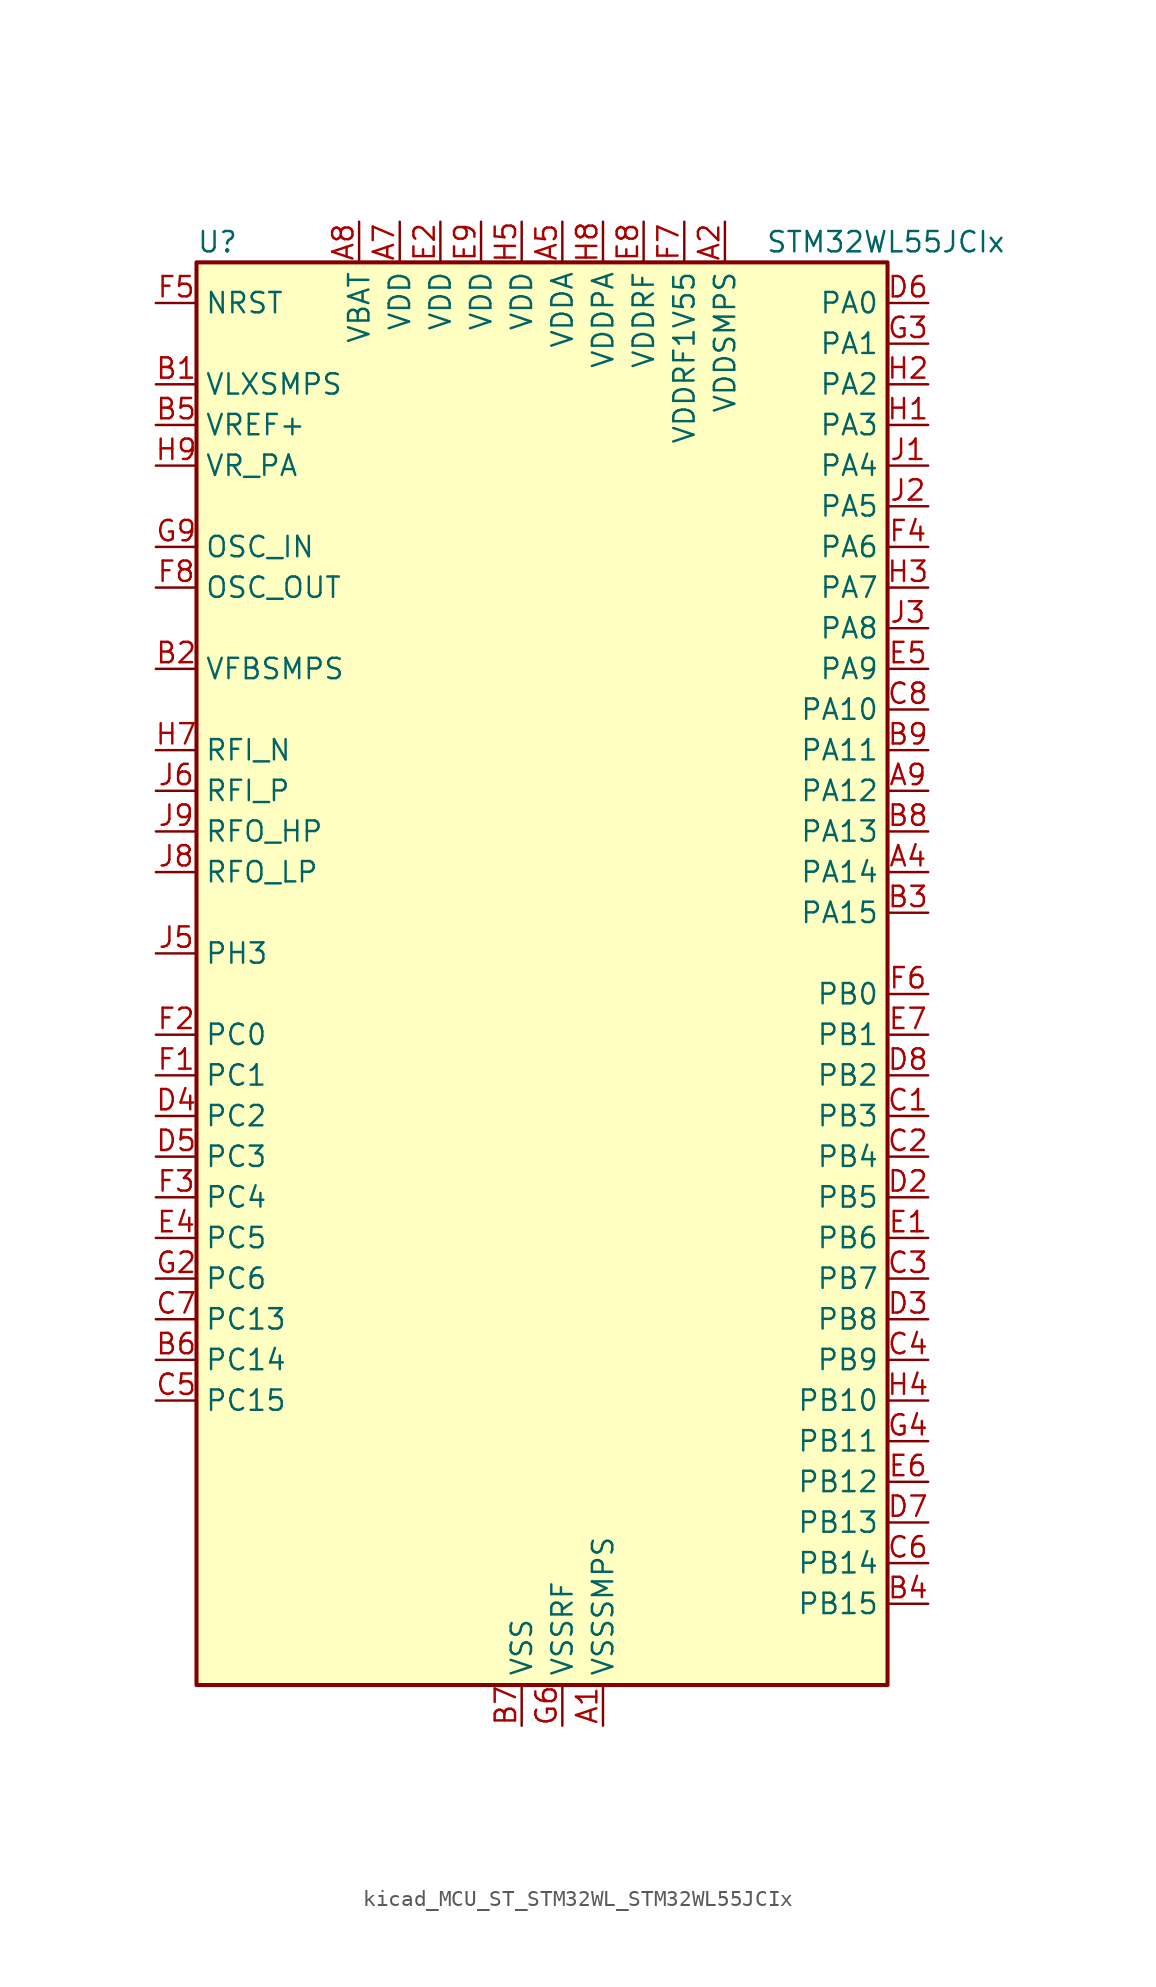
<source format=kicad_sym>
(kicad_symbol_lib
  (version 20220914)
  (generator kicad_symbol_editor)
  (symbol "kicad_MCU_ST_STM32WL_STM32WL55JCIx"
    (property "Reference" "U"
      (at -20.32 46.99 0)
      (effects (font (size 1.27 1.27)) (justify left)))
    (property "Value" "STM32WL55JCIx"
      (at 15.24 46.99 0)
      (effects (font (size 1.27 1.27)) (justify left)))
    (property "ki_locked" ""
      (at 0 0 0)
      (effects (font (size 1.27 1.27))))
    (symbol "kicad_MCU_ST_STM32WL_STM32WL55JCIx_0_1"
      (rectangle (start -20.32 -43.18) (end 22.86 45.72) (stroke (width 0.254) (type default)) (fill (type background))))
    (symbol "kicad_MCU_ST_STM32WL_STM32WL55JCIx_1_1"
      (pin power_in line (at 5.08 -45.72 90) (length 2.54) (name "VSSSMPS" (effects (font (size 1.27 1.27)))) (number "A1" (effects (font (size 1.27 1.27)))))
      (pin power_in line (at 12.7 48.26 270) (length 2.54) (name "VDDSMPS" (effects (font (size 1.27 1.27)))) (number "A2" (effects (font (size 1.27 1.27)))))
      (pin bidirectional line (at 25.4 7.62 180) (length 2.54) (name "PA14" (effects (font (size 1.27 1.27)))) (number "A4" (effects (font (size 1.27 1.27)))) (alternate "ADC_IN10" bidirectional line) (alternate "DEBUG_JTCK-SWCLK" bidirectional line) (alternate "I2C1_SMBA" bidirectional line) (alternate "LPTIM1_OUT" bidirectional line))
      (pin power_in line (at 2.54 48.26 270) (length 2.54) (name "VDDA" (effects (font (size 1.27 1.27)))) (number "A5" (effects (font (size 1.27 1.27)))))
      (pin power_in line (at -7.62 48.26 270) (length 2.54) (name "VDD" (effects (font (size 1.27 1.27)))) (number "A7" (effects (font (size 1.27 1.27)))))
      (pin power_in line (at -10.16 48.26 270) (length 2.54) (name "VBAT" (effects (font (size 1.27 1.27)))) (number "A8" (effects (font (size 1.27 1.27)))))
      (pin bidirectional line (at 25.4 12.7 180) (length 2.54) (name "PA12" (effects (font (size 1.27 1.27)))) (number "A9" (effects (font (size 1.27 1.27)))) (alternate "ADC_IN8" bidirectional line) (alternate "DEBUG_RF-BUSY" bidirectional line) (alternate "I2C2_SCL" bidirectional line) (alternate "LPTIM3_IN1" bidirectional line) (alternate "SPI1_MOSI" bidirectional line) (alternate "TIM1_ETR" bidirectional line) (alternate "USART1_DE" bidirectional line) (alternate "USART1_RTS" bidirectional line))
      (pin power_in line (at -22.86 38.1 0) (length 2.54) (name "VLXSMPS" (effects (font (size 1.27 1.27)))) (number "B1" (effects (font (size 1.27 1.27)))))
      (pin input line (at -22.86 20.32 0) (length 2.54) (name "VFBSMPS" (effects (font (size 1.27 1.27)))) (number "B2" (effects (font (size 1.27 1.27)))))
      (pin bidirectional line (at 25.4 5.08 180) (length 2.54) (name "PA15" (effects (font (size 1.27 1.27)))) (number "B3" (effects (font (size 1.27 1.27)))) (alternate "ADC_IN11" bidirectional line) (alternate "COMP1_INM" bidirectional line) (alternate "COMP2_INP" bidirectional line) (alternate "DEBUG_JTDI" bidirectional line) (alternate "I2C2_SDA" bidirectional line) (alternate "SPI1_NSS" bidirectional line) (alternate "TIM2_CH1" bidirectional line) (alternate "TIM2_ETR" bidirectional line))
      (pin bidirectional line (at 25.4 -38.1 180) (length 2.54) (name "PB15" (effects (font (size 1.27 1.27)))) (number "B4" (effects (font (size 1.27 1.27)))) (alternate "I2C2_SCL" bidirectional line) (alternate "I2S2_SD" bidirectional line) (alternate "SPI2_MOSI" bidirectional line) (alternate "TIM1_CH3N" bidirectional line))
      (pin input line (at -22.86 35.56 0) (length 2.54) (name "VREF+" (effects (font (size 1.27 1.27)))) (number "B5" (effects (font (size 1.27 1.27)))) (alternate "VREFBUF_OUT" bidirectional line))
      (pin bidirectional line (at -22.86 -22.86 0) (length 2.54) (name "PC14" (effects (font (size 1.27 1.27)))) (number "B6" (effects (font (size 1.27 1.27)))) (alternate "RCC_OSC32_IN" bidirectional line))
      (pin power_in line (at 0 -45.72 90) (length 2.54) (name "VSS" (effects (font (size 1.27 1.27)))) (number "B7" (effects (font (size 1.27 1.27)))))
      (pin bidirectional line (at 25.4 10.16 180) (length 2.54) (name "PA13" (effects (font (size 1.27 1.27)))) (number "B8" (effects (font (size 1.27 1.27)))) (alternate "ADC_IN9" bidirectional line) (alternate "DEBUG_JTMS-SWDIO" bidirectional line) (alternate "I2C2_SMBA" bidirectional line) (alternate "IR_OUT" bidirectional line))
      (pin bidirectional line (at 25.4 15.24 180) (length 2.54) (name "PA11" (effects (font (size 1.27 1.27)))) (number "B9" (effects (font (size 1.27 1.27)))) (alternate "ADC_EXTI11" bidirectional line) (alternate "ADC_IN7" bidirectional line) (alternate "COMP1_INM" bidirectional line) (alternate "COMP2_INM" bidirectional line) (alternate "DEBUG_RF-NRESET" bidirectional line) (alternate "I2C2_SDA" bidirectional line) (alternate "LPTIM3_ETR" bidirectional line) (alternate "SPI1_MISO" bidirectional line) (alternate "TIM1_BKIN2" bidirectional line) (alternate "TIM1_CH4" bidirectional line) (alternate "USART1_CTS" bidirectional line) (alternate "USART1_NSS" bidirectional line))
      (pin bidirectional line (at 25.4 -7.62 180) (length 2.54) (name "PB3" (effects (font (size 1.27 1.27)))) (number "C1" (effects (font (size 1.27 1.27)))) (alternate "ADC_IN2" bidirectional line) (alternate "COMP1_INM" bidirectional line) (alternate "COMP2_INM" bidirectional line) (alternate "DEBUG_JTDO-SWO" bidirectional line) (alternate "DEBUG_RF-DTB1" bidirectional line) (alternate "PWR_WKUP3" bidirectional line) (alternate "RTC_TAMP_IN3" bidirectional line) (alternate "SPI1_SCK" bidirectional line) (alternate "TIM2_CH2" bidirectional line) (alternate "USART1_DE" bidirectional line) (alternate "USART1_RTS" bidirectional line))
      (pin bidirectional line (at 25.4 -10.16 180) (length 2.54) (name "PB4" (effects (font (size 1.27 1.27)))) (number "C2" (effects (font (size 1.27 1.27)))) (alternate "ADC_IN3" bidirectional line) (alternate "COMP1_INP" bidirectional line) (alternate "COMP2_INP" bidirectional line) (alternate "DEBUG_JTRST" bidirectional line) (alternate "DEBUG_RF-LDORDY" bidirectional line) (alternate "I2C3_SDA" bidirectional line) (alternate "SPI1_MISO" bidirectional line) (alternate "TIM17_BKIN" bidirectional line) (alternate "USART1_CTS" bidirectional line) (alternate "USART1_NSS" bidirectional line))
      (pin bidirectional line (at 25.4 -17.78 180) (length 2.54) (name "PB7" (effects (font (size 1.27 1.27)))) (number "C3" (effects (font (size 1.27 1.27)))) (alternate "I2C1_SDA" bidirectional line) (alternate "LPTIM1_IN2" bidirectional line) (alternate "PWR_PVD_IN" bidirectional line) (alternate "TIM17_CH1N" bidirectional line) (alternate "TIM1_BKIN" bidirectional line) (alternate "USART1_RX" bidirectional line))
      (pin bidirectional line (at 25.4 -22.86 180) (length 2.54) (name "PB9" (effects (font (size 1.27 1.27)))) (number "C4" (effects (font (size 1.27 1.27)))) (alternate "DAC_EXTI9" bidirectional line) (alternate "I2C1_SDA" bidirectional line) (alternate "I2S2_WS" bidirectional line) (alternate "IR_OUT" bidirectional line) (alternate "SPI2_NSS" bidirectional line) (alternate "TIM17_CH1" bidirectional line) (alternate "TIM1_CH3N" bidirectional line))
      (pin bidirectional line (at -22.86 -25.4 0) (length 2.54) (name "PC15" (effects (font (size 1.27 1.27)))) (number "C5" (effects (font (size 1.27 1.27)))) (alternate "RCC_OSC32_OUT" bidirectional line))
      (pin bidirectional line (at 25.4 -35.56 180) (length 2.54) (name "PB14" (effects (font (size 1.27 1.27)))) (number "C6" (effects (font (size 1.27 1.27)))) (alternate "ADC_IN1" bidirectional line) (alternate "I2C3_SDA" bidirectional line) (alternate "I2S2_MCK" bidirectional line) (alternate "SPI2_MISO" bidirectional line) (alternate "TIM1_CH2N" bidirectional line))
      (pin bidirectional line (at -22.86 -20.32 0) (length 2.54) (name "PC13" (effects (font (size 1.27 1.27)))) (number "C7" (effects (font (size 1.27 1.27)))) (alternate "PWR_WKUP2" bidirectional line) (alternate "RTC_OUT1" bidirectional line) (alternate "RTC_TAMP_IN1" bidirectional line) (alternate "RTC_TS" bidirectional line))
      (pin bidirectional line (at 25.4 17.78 180) (length 2.54) (name "PA10" (effects (font (size 1.27 1.27)))) (number "C8" (effects (font (size 1.27 1.27)))) (alternate "ADC_IN6" bidirectional line) (alternate "COMP1_INM" bidirectional line) (alternate "COMP2_INM" bidirectional line) (alternate "DAC_OUT1" bidirectional line) (alternate "DEBUG_RF-HSE32RDY" bidirectional line) (alternate "I2C1_SDA" bidirectional line) (alternate "I2S2_SD" bidirectional line) (alternate "RTC_REFIN" bidirectional line) (alternate "SPI2_MOSI" bidirectional line) (alternate "TIM17_BKIN" bidirectional line) (alternate "TIM1_CH3" bidirectional line) (alternate "USART1_RX" bidirectional line))
      (pin bidirectional line (at 25.4 -12.7 180) (length 2.54) (name "PB5" (effects (font (size 1.27 1.27)))) (number "D2" (effects (font (size 1.27 1.27)))) (alternate "COMP2_OUT" bidirectional line) (alternate "I2C1_SMBA" bidirectional line) (alternate "LPTIM1_IN1" bidirectional line) (alternate "SPI1_MOSI" bidirectional line) (alternate "TIM16_BKIN" bidirectional line) (alternate "USART1_CK" bidirectional line))
      (pin bidirectional line (at 25.4 -20.32 180) (length 2.54) (name "PB8" (effects (font (size 1.27 1.27)))) (number "D3" (effects (font (size 1.27 1.27)))) (alternate "I2C1_SCL" bidirectional line) (alternate "TIM16_CH1" bidirectional line) (alternate "TIM1_CH2N" bidirectional line))
      (pin bidirectional line (at -22.86 -7.62 0) (length 2.54) (name "PC2" (effects (font (size 1.27 1.27)))) (number "D4" (effects (font (size 1.27 1.27)))) (alternate "LPTIM1_IN2" bidirectional line) (alternate "SPI2_MISO" bidirectional line))
      (pin bidirectional line (at -22.86 -10.16 0) (length 2.54) (name "PC3" (effects (font (size 1.27 1.27)))) (number "D5" (effects (font (size 1.27 1.27)))) (alternate "I2S2_SD" bidirectional line) (alternate "LPTIM1_ETR" bidirectional line) (alternate "LPTIM2_ETR" bidirectional line) (alternate "SPI2_MOSI" bidirectional line))
      (pin bidirectional line (at 25.4 43.18 180) (length 2.54) (name "PA0" (effects (font (size 1.27 1.27)))) (number "D6" (effects (font (size 1.27 1.27)))) (alternate "COMP1_OUT" bidirectional line) (alternate "DEBUG_PWR-REGLP1S" bidirectional line) (alternate "I2C3_SMBA" bidirectional line) (alternate "I2S_CKIN" bidirectional line) (alternate "PWR_WKUP1" bidirectional line) (alternate "RTC_TAMP_IN2" bidirectional line) (alternate "TIM2_CH1" bidirectional line) (alternate "TIM2_ETR" bidirectional line) (alternate "USART2_CTS" bidirectional line) (alternate "USART2_NSS" bidirectional line))
      (pin bidirectional line (at 25.4 -33.02 180) (length 2.54) (name "PB13" (effects (font (size 1.27 1.27)))) (number "D7" (effects (font (size 1.27 1.27)))) (alternate "ADC_IN0" bidirectional line) (alternate "I2C3_SCL" bidirectional line) (alternate "I2S2_CK" bidirectional line) (alternate "LPUART1_CTS" bidirectional line) (alternate "SPI2_SCK" bidirectional line) (alternate "TIM1_CH1N" bidirectional line))
      (pin bidirectional line (at 25.4 -5.08 180) (length 2.54) (name "PB2" (effects (font (size 1.27 1.27)))) (number "D8" (effects (font (size 1.27 1.27)))) (alternate "ADC_IN4" bidirectional line) (alternate "COMP1_INP" bidirectional line) (alternate "COMP2_INM" bidirectional line) (alternate "DEBUG_RF-SMPSRDY" bidirectional line) (alternate "I2C3_SMBA" bidirectional line) (alternate "LPTIM1_OUT" bidirectional line) (alternate "SPI1_NSS" bidirectional line))
      (pin passive line (at 0 -45.72 90) (length 2.54) hide (name "VSS" (effects (font (size 1.27 1.27)))) (number "D9" (effects (font (size 1.27 1.27)))))
      (pin bidirectional line (at 25.4 -15.24 180) (length 2.54) (name "PB6" (effects (font (size 1.27 1.27)))) (number "E1" (effects (font (size 1.27 1.27)))) (alternate "I2C1_SCL" bidirectional line) (alternate "LPTIM1_ETR" bidirectional line) (alternate "TIM16_CH1N" bidirectional line) (alternate "USART1_TX" bidirectional line))
      (pin power_in line (at -5.08 48.26 270) (length 2.54) (name "VDD" (effects (font (size 1.27 1.27)))) (number "E2" (effects (font (size 1.27 1.27)))))
      (pin passive line (at 0 -45.72 90) (length 2.54) hide (name "VSS" (effects (font (size 1.27 1.27)))) (number "E3" (effects (font (size 1.27 1.27)))))
      (pin bidirectional line (at -22.86 -15.24 0) (length 2.54) (name "PC5" (effects (font (size 1.27 1.27)))) (number "E4" (effects (font (size 1.27 1.27)))))
      (pin bidirectional line (at 25.4 20.32 180) (length 2.54) (name "PA9" (effects (font (size 1.27 1.27)))) (number "E5" (effects (font (size 1.27 1.27)))) (alternate "DAC_EXTI9" bidirectional line) (alternate "I2C1_SCL" bidirectional line) (alternate "I2S2_CK" bidirectional line) (alternate "I2S2_WS" bidirectional line) (alternate "SPI2_NSS" bidirectional line) (alternate "SPI2_SCK" bidirectional line) (alternate "TIM1_CH2" bidirectional line) (alternate "USART1_TX" bidirectional line))
      (pin bidirectional line (at 25.4 -30.48 180) (length 2.54) (name "PB12" (effects (font (size 1.27 1.27)))) (number "E6" (effects (font (size 1.27 1.27)))) (alternate "I2C3_SMBA" bidirectional line) (alternate "I2S2_WS" bidirectional line) (alternate "LPUART1_RTS" bidirectional line) (alternate "SPI2_NSS" bidirectional line) (alternate "TIM1_BKIN" bidirectional line))
      (pin bidirectional line (at 25.4 -2.54 180) (length 2.54) (name "PB1" (effects (font (size 1.27 1.27)))) (number "E7" (effects (font (size 1.27 1.27)))) (alternate "ADC_IN5" bidirectional line) (alternate "COMP2_INP" bidirectional line) (alternate "LPTIM2_IN1" bidirectional line) (alternate "LPUART1_DE" bidirectional line) (alternate "LPUART1_RTS" bidirectional line))
      (pin power_in line (at 7.62 48.26 270) (length 2.54) (name "VDDRF" (effects (font (size 1.27 1.27)))) (number "E8" (effects (font (size 1.27 1.27)))))
      (pin power_in line (at -2.54 48.26 270) (length 2.54) (name "VDD" (effects (font (size 1.27 1.27)))) (number "E9" (effects (font (size 1.27 1.27)))))
      (pin bidirectional line (at -22.86 -5.08 0) (length 2.54) (name "PC1" (effects (font (size 1.27 1.27)))) (number "F1" (effects (font (size 1.27 1.27)))) (alternate "I2C3_SDA" bidirectional line) (alternate "I2S2_SD" bidirectional line) (alternate "LPTIM1_OUT" bidirectional line) (alternate "LPUART1_TX" bidirectional line) (alternate "SPI2_MOSI" bidirectional line))
      (pin bidirectional line (at -22.86 -2.54 0) (length 2.54) (name "PC0" (effects (font (size 1.27 1.27)))) (number "F2" (effects (font (size 1.27 1.27)))) (alternate "I2C3_SCL" bidirectional line) (alternate "LPTIM1_IN1" bidirectional line) (alternate "LPTIM2_IN1" bidirectional line) (alternate "LPUART1_RX" bidirectional line))
      (pin bidirectional line (at -22.86 -12.7 0) (length 2.54) (name "PC4" (effects (font (size 1.27 1.27)))) (number "F3" (effects (font (size 1.27 1.27)))))
      (pin bidirectional line (at 25.4 27.94 180) (length 2.54) (name "PA6" (effects (font (size 1.27 1.27)))) (number "F4" (effects (font (size 1.27 1.27)))) (alternate "DEBUG_SUBGHZSPI-MISOOUT" bidirectional line) (alternate "I2C2_SMBA" bidirectional line) (alternate "LPUART1_CTS" bidirectional line) (alternate "SPI1_MISO" bidirectional line) (alternate "TIM16_CH1" bidirectional line) (alternate "TIM1_BKIN" bidirectional line))
      (pin input line (at -22.86 43.18 0) (length 2.54) (name "NRST" (effects (font (size 1.27 1.27)))) (number "F5" (effects (font (size 1.27 1.27)))))
      (pin bidirectional line (at 25.4 0 180) (length 2.54) (name "PB0" (effects (font (size 1.27 1.27)))) (number "F6" (effects (font (size 1.27 1.27)))) (alternate "COMP1_OUT" bidirectional line) (alternate "VDDTCXO" bidirectional line))
      (pin power_in line (at 10.16 48.26 270) (length 2.54) (name "VDDRF1V55" (effects (font (size 1.27 1.27)))) (number "F7" (effects (font (size 1.27 1.27)))))
      (pin input line (at -22.86 25.4 0) (length 2.54) (name "OSC_OUT" (effects (font (size 1.27 1.27)))) (number "F8" (effects (font (size 1.27 1.27)))) (alternate "RCC_OSC_OUT" bidirectional line))
      (pin bidirectional line (at -22.86 -17.78 0) (length 2.54) (name "PC6" (effects (font (size 1.27 1.27)))) (number "G2" (effects (font (size 1.27 1.27)))) (alternate "I2S2_MCK" bidirectional line))
      (pin bidirectional line (at 25.4 40.64 180) (length 2.54) (name "PA1" (effects (font (size 1.27 1.27)))) (number "G3" (effects (font (size 1.27 1.27)))) (alternate "DEBUG_PWR-REGLP2S" bidirectional line) (alternate "I2C1_SMBA" bidirectional line) (alternate "LPTIM3_OUT" bidirectional line) (alternate "LPUART1_RTS" bidirectional line) (alternate "SPI1_SCK" bidirectional line) (alternate "TIM2_CH2" bidirectional line) (alternate "USART2_DE" bidirectional line) (alternate "USART2_RTS" bidirectional line))
      (pin bidirectional line (at 25.4 -27.94 180) (length 2.54) (name "PB11" (effects (font (size 1.27 1.27)))) (number "G4" (effects (font (size 1.27 1.27)))) (alternate "ADC_EXTI11" bidirectional line) (alternate "COMP2_OUT" bidirectional line) (alternate "I2C3_SDA" bidirectional line) (alternate "LPUART1_TX" bidirectional line) (alternate "TIM2_CH4" bidirectional line))
      (pin passive line (at 0 -45.72 90) (length 2.54) hide (name "VSS" (effects (font (size 1.27 1.27)))) (number "G5" (effects (font (size 1.27 1.27)))))
      (pin power_in line (at 2.54 -45.72 90) (length 2.54) (name "VSSRF" (effects (font (size 1.27 1.27)))) (number "G6" (effects (font (size 1.27 1.27)))))
      (pin passive line (at 2.54 -45.72 90) (length 2.54) hide (name "VSSRF" (effects (font (size 1.27 1.27)))) (number "G7" (effects (font (size 1.27 1.27)))))
      (pin passive line (at 2.54 -45.72 90) (length 2.54) hide (name "VSSRF" (effects (font (size 1.27 1.27)))) (number "G8" (effects (font (size 1.27 1.27)))))
      (pin input line (at -22.86 27.94 0) (length 2.54) (name "OSC_IN" (effects (font (size 1.27 1.27)))) (number "G9" (effects (font (size 1.27 1.27)))) (alternate "RCC_OSC_IN" bidirectional line))
      (pin bidirectional line (at 25.4 35.56 180) (length 2.54) (name "PA3" (effects (font (size 1.27 1.27)))) (number "H1" (effects (font (size 1.27 1.27)))) (alternate "I2S2_MCK" bidirectional line) (alternate "LPUART1_RX" bidirectional line) (alternate "TIM2_CH4" bidirectional line) (alternate "USART2_RX" bidirectional line))
      (pin bidirectional line (at 25.4 38.1 180) (length 2.54) (name "PA2" (effects (font (size 1.27 1.27)))) (number "H2" (effects (font (size 1.27 1.27)))) (alternate "COMP2_OUT" bidirectional line) (alternate "DEBUG_PWR-LDORDY" bidirectional line) (alternate "LPUART1_TX" bidirectional line) (alternate "RCC_LSCO" bidirectional line) (alternate "TIM2_CH3" bidirectional line) (alternate "USART2_TX" bidirectional line))
      (pin bidirectional line (at 25.4 25.4 180) (length 2.54) (name "PA7" (effects (font (size 1.27 1.27)))) (number "H3" (effects (font (size 1.27 1.27)))) (alternate "COMP2_OUT" bidirectional line) (alternate "DEBUG_SUBGHZSPI-MOSIOUT" bidirectional line) (alternate "I2C3_SCL" bidirectional line) (alternate "SPI1_MOSI" bidirectional line) (alternate "TIM17_CH1" bidirectional line) (alternate "TIM1_CH1N" bidirectional line))
      (pin bidirectional line (at 25.4 -25.4 180) (length 2.54) (name "PB10" (effects (font (size 1.27 1.27)))) (number "H4" (effects (font (size 1.27 1.27)))) (alternate "COMP1_OUT" bidirectional line) (alternate "I2C3_SCL" bidirectional line) (alternate "I2S2_CK" bidirectional line) (alternate "LPUART1_RX" bidirectional line) (alternate "SPI2_SCK" bidirectional line) (alternate "TIM2_CH3" bidirectional line))
      (pin power_in line (at 0 48.26 270) (length 2.54) (name "VDD" (effects (font (size 1.27 1.27)))) (number "H5" (effects (font (size 1.27 1.27)))))
      (pin passive line (at 2.54 -45.72 90) (length 2.54) hide (name "VSSRF" (effects (font (size 1.27 1.27)))) (number "H6" (effects (font (size 1.27 1.27)))))
      (pin bidirectional line (at -22.86 15.24 0) (length 2.54) (name "RFI_N" (effects (font (size 1.27 1.27)))) (number "H7" (effects (font (size 1.27 1.27)))))
      (pin power_in line (at 5.08 48.26 270) (length 2.54) (name "VDDPA" (effects (font (size 1.27 1.27)))) (number "H8" (effects (font (size 1.27 1.27)))))
      (pin power_in line (at -22.86 33.02 0) (length 2.54) (name "VR_PA" (effects (font (size 1.27 1.27)))) (number "H9" (effects (font (size 1.27 1.27)))))
      (pin bidirectional line (at 25.4 33.02 180) (length 2.54) (name "PA4" (effects (font (size 1.27 1.27)))) (number "J1" (effects (font (size 1.27 1.27)))) (alternate "DEBUG_SUBGHZSPI-NSSOUT" bidirectional line) (alternate "LPTIM1_OUT" bidirectional line) (alternate "LPTIM2_OUT" bidirectional line) (alternate "RTC_OUT2" bidirectional line) (alternate "SPI1_NSS" bidirectional line) (alternate "USART2_CK" bidirectional line))
      (pin bidirectional line (at 25.4 30.48 180) (length 2.54) (name "PA5" (effects (font (size 1.27 1.27)))) (number "J2" (effects (font (size 1.27 1.27)))) (alternate "DEBUG_SUBGHZSPI-SCKOUT" bidirectional line) (alternate "LPTIM2_ETR" bidirectional line) (alternate "SPI1_SCK" bidirectional line) (alternate "SPI2_MISO" bidirectional line) (alternate "TIM2_CH1" bidirectional line) (alternate "TIM2_ETR" bidirectional line))
      (pin bidirectional line (at 25.4 22.86 180) (length 2.54) (name "PA8" (effects (font (size 1.27 1.27)))) (number "J3" (effects (font (size 1.27 1.27)))) (alternate "I2S2_CK" bidirectional line) (alternate "LPTIM2_OUT" bidirectional line) (alternate "RCC_MCO" bidirectional line) (alternate "SPI2_SCK" bidirectional line) (alternate "TIM1_CH1" bidirectional line) (alternate "USART1_CK" bidirectional line))
      (pin bidirectional line (at -22.86 2.54 0) (length 2.54) (name "PH3" (effects (font (size 1.27 1.27)))) (number "J5" (effects (font (size 1.27 1.27)))))
      (pin bidirectional line (at -22.86 12.7 0) (length 2.54) (name "RFI_P" (effects (font (size 1.27 1.27)))) (number "J6" (effects (font (size 1.27 1.27)))))
      (pin bidirectional line (at -22.86 7.62 0) (length 2.54) (name "RFO_LP" (effects (font (size 1.27 1.27)))) (number "J8" (effects (font (size 1.27 1.27)))))
      (pin bidirectional line (at -22.86 10.16 0) (length 2.54) (name "RFO_HP" (effects (font (size 1.27 1.27)))) (number "J9" (effects (font (size 1.27 1.27))))))))
</source>
